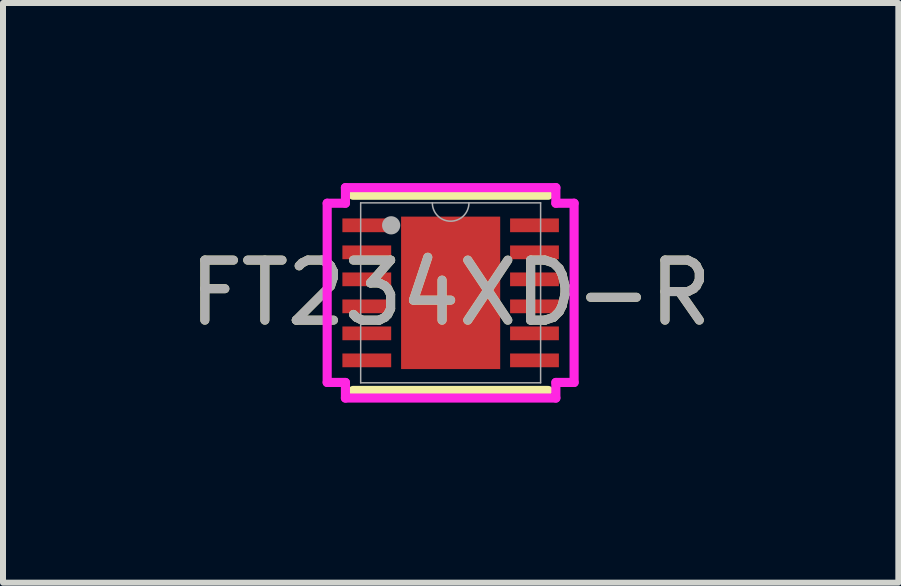
<source format=kicad_pcb>
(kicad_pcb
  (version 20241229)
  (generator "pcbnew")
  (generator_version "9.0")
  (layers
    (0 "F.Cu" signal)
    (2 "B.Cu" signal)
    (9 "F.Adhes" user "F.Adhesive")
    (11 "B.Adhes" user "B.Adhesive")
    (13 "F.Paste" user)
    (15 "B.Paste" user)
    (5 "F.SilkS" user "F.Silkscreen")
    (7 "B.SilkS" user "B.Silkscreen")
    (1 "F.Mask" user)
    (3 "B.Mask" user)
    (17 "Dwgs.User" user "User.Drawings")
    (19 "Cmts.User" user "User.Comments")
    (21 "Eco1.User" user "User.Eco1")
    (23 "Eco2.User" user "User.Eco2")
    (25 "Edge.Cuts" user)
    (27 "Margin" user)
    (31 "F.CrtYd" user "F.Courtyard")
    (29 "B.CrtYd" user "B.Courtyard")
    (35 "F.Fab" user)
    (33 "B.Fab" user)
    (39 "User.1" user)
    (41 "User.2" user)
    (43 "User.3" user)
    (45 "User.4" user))
  (footprint "FT234XD-R"
    (layer "F.Cu")
    (at 4.458 1.829)
    (property "Reference" "FT234XD-R" (at 0 0 0) (unlocked yes) (layer "F.SilkS") (effects (font (size 1 1) (thickness 0.15))))
    (attr smd)
    (fp_line (start -1.626 1.626) (end 1.626 1.626) (stroke (width 0.152) (type solid)) (layer "F.SilkS"))
    (fp_line (start 1.626 -1.626) (end -1.626 -1.626) (stroke (width 0.152) (type solid)) (layer "F.SilkS"))
    (fp_poly (pts (xy -0.726 -1.17) (xy -0.726 -0.1) (xy 0.726 -0.1) (xy 0.726 -1.17)) (stroke (width 0) (type solid)) (fill yes) (layer "F.Paste"))
    (fp_poly (pts (xy -0.726 0.1) (xy -0.726 1.17) (xy 0.726 1.17) (xy 0.726 0.1)) (stroke (width 0) (type solid)) (fill yes) (layer "F.Paste"))
    (fp_line (start -2.057 -1.493) (end -1.753 -1.493) (stroke (width 0.152) (type solid)) (layer "F.CrtYd"))
    (fp_line (start -2.057 1.493) (end -2.057 -1.493) (stroke (width 0.152) (type solid)) (layer "F.CrtYd"))
    (fp_line (start -2.057 1.493) (end -1.753 1.493) (stroke (width 0.152) (type solid)) (layer "F.CrtYd"))
    (fp_line (start -1.753 -1.753) (end 1.753 -1.753) (stroke (width 0.152) (type solid)) (layer "F.CrtYd"))
    (fp_line (start -1.753 -1.493) (end -1.753 -1.753) (stroke (width 0.152) (type solid)) (layer "F.CrtYd"))
    (fp_line (start -1.753 1.753) (end -1.753 1.493) (stroke (width 0.152) (type solid)) (layer "F.CrtYd"))
    (fp_line (start 1.753 -1.753) (end 1.753 -1.493) (stroke (width 0.152) (type solid)) (layer "F.CrtYd"))
    (fp_line (start 1.753 1.493) (end 1.753 1.753) (stroke (width 0.152) (type solid)) (layer "F.CrtYd"))
    (fp_line (start 1.753 1.753) (end -1.753 1.753) (stroke (width 0.152) (type solid)) (layer "F.CrtYd"))
    (fp_line (start 2.057 -1.493) (end 1.753 -1.493) (stroke (width 0.152) (type solid)) (layer "F.CrtYd"))
    (fp_line (start 2.057 -1.493) (end 2.057 1.493) (stroke (width 0.152) (type solid)) (layer "F.CrtYd"))
    (fp_line (start 2.057 1.493) (end 1.753 1.493) (stroke (width 0.152) (type solid)) (layer "F.CrtYd"))
    (fp_line (start -1.499 -1.499) (end -1.499 1.499) (stroke (width 0.025) (type solid)) (layer "F.Fab"))
    (fp_line (start -1.499 1.499) (end 1.499 1.499) (stroke (width 0.025) (type solid)) (layer "F.Fab"))
    (fp_line (start 1.499 -1.499) (end -1.499 -1.499) (stroke (width 0.025) (type solid)) (layer "F.Fab"))
    (fp_line (start 1.499 1.499) (end 1.499 -1.499) (stroke (width 0.025) (type solid)) (layer "F.Fab"))
    (fp_arc (start 0.3048 -1.4986) (mid 0 -1.1938) (end -0.3048 -1.4986) (stroke (width 0.0254) (type solid)) (layer "F.Fab"))
    (fp_circle (center -0.991 -1.125) (end -0.991 -1.125) (stroke (width 0.152) (type solid)) (fill no) (layer "F.Fab"))
    (fp_text user "${REFERENCE}" (at 0 0 0) (unlocked yes) (layer "F.Fab") (effects (font (size 1 1) (thickness 0.15))))
    (pad "1" smd rect (at -1.397 -1.125) (size 0.813 0.229) (layers "F.Cu" "F.Mask" "F.Paste"))
    (pad "2" smd rect (at -1.397 -0.675) (size 0.813 0.229) (layers "F.Cu" "F.Mask" "F.Paste"))
    (pad "3" smd rect (at -1.397 -0.225) (size 0.813 0.229) (layers "F.Cu" "F.Mask" "F.Paste"))
    (pad "4" smd rect (at -1.397 0.225) (size 0.813 0.229) (layers "F.Cu" "F.Mask" "F.Paste"))
    (pad "5" smd rect (at -1.397 0.675) (size 0.813 0.229) (layers "F.Cu" "F.Mask" "F.Paste"))
    (pad "6" smd rect (at -1.397 1.125) (size 0.813 0.229) (layers "F.Cu" "F.Mask" "F.Paste"))
    (pad "7" smd rect (at 1.397 1.125) (size 0.813 0.229) (layers "F.Cu" "F.Mask" "F.Paste"))
    (pad "8" smd rect (at 1.397 0.675) (size 0.813 0.229) (layers "F.Cu" "F.Mask" "F.Paste"))
    (pad "9" smd rect (at 1.397 0.225) (size 0.813 0.229) (layers "F.Cu" "F.Mask" "F.Paste"))
    (pad "10" smd rect (at 1.397 -0.225) (size 0.813 0.229) (layers "F.Cu" "F.Mask" "F.Paste"))
    (pad "11" smd rect (at 1.397 -0.675) (size 0.813 0.229) (layers "F.Cu" "F.Mask" "F.Paste"))
    (pad "12" smd rect (at 1.397 -1.125) (size 0.813 0.229) (layers "F.Cu" "F.Mask" "F.Paste"))
    (pad "13" smd rect (at 0 0) (size 1.651 2.54) (layers "F.Cu" "F.Mask" "F.Paste")))
  (gr_rect
    (start -3 -3)
    (end 11.917 6.658)
    (stroke (width 0.1) (type default))
    (fill no)
    (layer "Edge.Cuts")))
</source>
